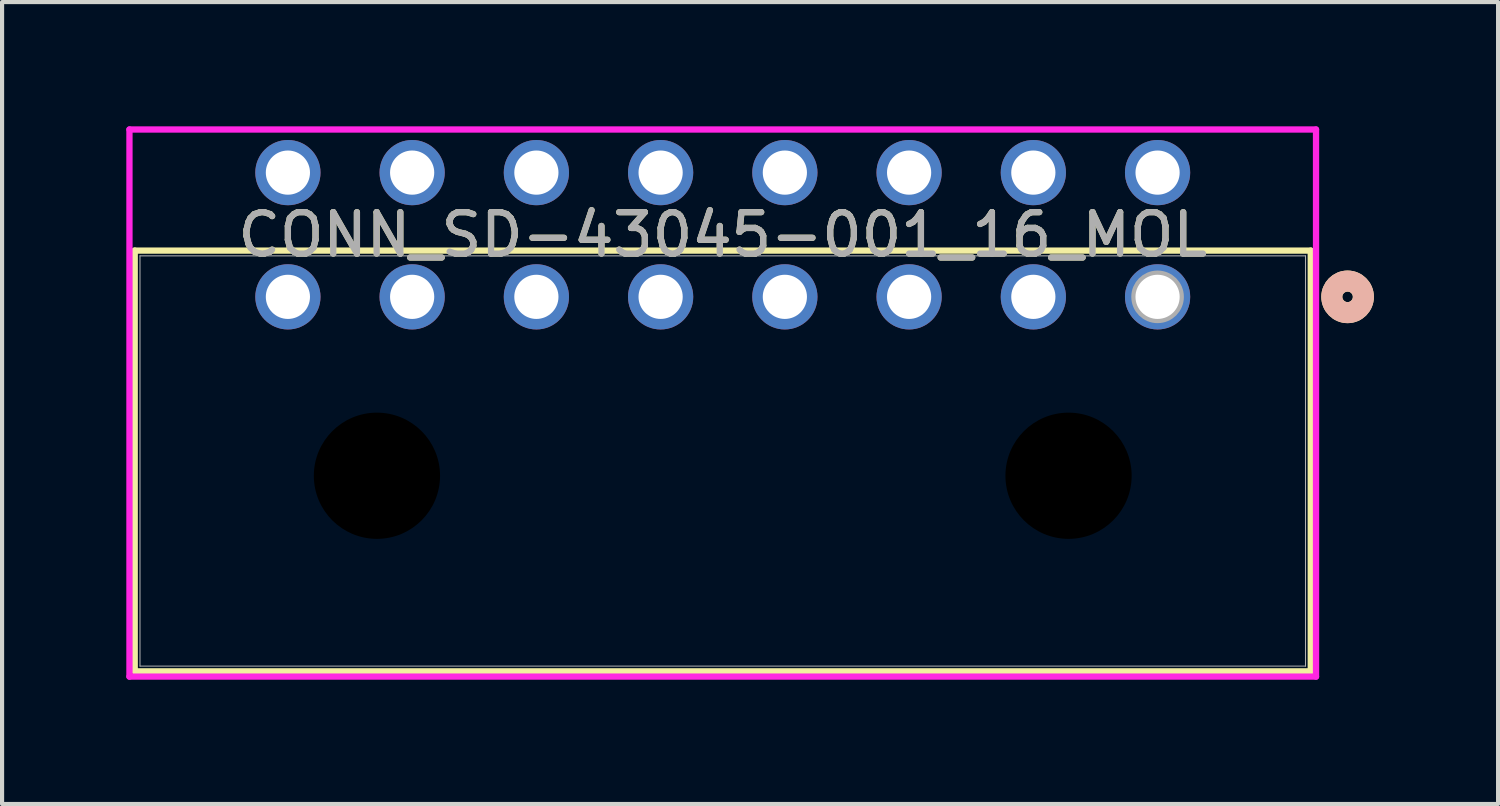
<source format=kicad_pcb>
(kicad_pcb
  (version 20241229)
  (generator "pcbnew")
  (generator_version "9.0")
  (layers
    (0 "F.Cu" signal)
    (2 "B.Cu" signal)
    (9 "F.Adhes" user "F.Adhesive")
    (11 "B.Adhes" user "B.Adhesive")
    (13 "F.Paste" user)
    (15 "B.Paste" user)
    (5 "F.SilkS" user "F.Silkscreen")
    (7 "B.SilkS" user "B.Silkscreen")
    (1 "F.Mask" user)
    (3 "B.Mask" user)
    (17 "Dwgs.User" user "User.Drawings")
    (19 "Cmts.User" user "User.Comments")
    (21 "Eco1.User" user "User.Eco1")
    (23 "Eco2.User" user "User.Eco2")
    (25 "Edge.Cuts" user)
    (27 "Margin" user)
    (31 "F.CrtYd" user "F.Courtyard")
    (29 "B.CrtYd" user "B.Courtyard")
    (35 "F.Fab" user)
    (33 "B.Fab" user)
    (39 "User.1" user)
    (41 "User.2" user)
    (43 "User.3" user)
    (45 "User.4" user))
  (footprint "CONN_SD-43045-001_16_MOL"
    (layer "F.Cu")
    (at 24.902 4.118)
    (property "Reference" "CONN_SD-43045-001_16_MOL" (at -10.5 -1.5 0) (unlocked yes) (layer "F.SilkS") (effects (font (size 1 1) (thickness 0.15))))
    (attr through_hole)
    (fp_line (start -24.699 -1.117) (end -24.699 9.043) (stroke (width 0.152) (type solid)) (layer "F.SilkS"))
    (fp_line (start -24.699 9.043) (end 3.699 9.043) (stroke (width 0.152) (type solid)) (layer "F.SilkS"))
    (fp_line (start 3.699 -1.117) (end -24.699 -1.117) (stroke (width 0.152) (type solid)) (layer "F.SilkS"))
    (fp_line (start 3.699 9.043) (end 3.699 -1.117) (stroke (width 0.152) (type solid)) (layer "F.SilkS"))
    (fp_circle (center 4.588 0) (end 4.969 0) (stroke (width 0.508) (type solid)) (fill no) (layer "F.SilkS"))
    (fp_circle (center 4.588 0) (end 4.969 0) (stroke (width 0.508) (type solid)) (fill no) (layer "B.SilkS"))
    (fp_line (start -24.826 -4.041) (end -24.826 9.17) (stroke (width 0.152) (type solid)) (layer "F.CrtYd"))
    (fp_line (start -24.826 9.17) (end 3.826 9.17) (stroke (width 0.152) (type solid)) (layer "F.CrtYd"))
    (fp_line (start 3.826 -4.041) (end -24.826 -4.041) (stroke (width 0.152) (type solid)) (layer "F.CrtYd"))
    (fp_line (start 3.826 9.17) (end 3.826 -4.041) (stroke (width 0.152) (type solid)) (layer "F.CrtYd"))
    (fp_line (start -24.572 -0.99) (end -24.572 8.916) (stroke (width 0.025) (type solid)) (layer "F.Fab"))
    (fp_line (start -24.572 8.916) (end 3.572 8.916) (stroke (width 0.025) (type solid)) (layer "F.Fab"))
    (fp_line (start 3.572 -0.99) (end -24.572 -0.99) (stroke (width 0.025) (type solid)) (layer "F.Fab"))
    (fp_line (start 3.572 8.916) (end 3.572 -0.99) (stroke (width 0.025) (type solid)) (layer "F.Fab"))
    (fp_circle (center 0 0) (end 0.381 0) (stroke (width 0.508) (type solid)) (fill no) (layer "F.Fab"))
    (fp_text user "${REFERENCE}" (at -10.5 -1.5 0) (unlocked yes) (layer "F.Fab") (effects (font (size 1 1) (thickness 0.15))))
    (pad "" np_thru_hole circle (at -18.85 4.32) (size 3.048 3.048) (drill 3.048) (layers))
    (pad "" np_thru_hole circle (at -2.15 4.32) (size 3.048 3.048) (drill 3.048) (layers))
    (pad "1" thru_hole circle (at 0 0) (size 1.575 1.575) (drill 1.067) (layers "*.Cu" "*.Mask"))
    (pad "2" thru_hole circle (at -3 0) (size 1.575 1.575) (drill 1.067) (layers "*.Cu" "*.Mask"))
    (pad "3" thru_hole circle (at -6 0) (size 1.575 1.575) (drill 1.067) (layers "*.Cu" "*.Mask"))
    (pad "4" thru_hole circle (at -9 0) (size 1.575 1.575) (drill 1.067) (layers "*.Cu" "*.Mask"))
    (pad "5" thru_hole circle (at -12 0) (size 1.575 1.575) (drill 1.067) (layers "*.Cu" "*.Mask"))
    (pad "6" thru_hole circle (at -15 0) (size 1.575 1.575) (drill 1.067) (layers "*.Cu" "*.Mask"))
    (pad "7" thru_hole circle (at -18 0) (size 1.575 1.575) (drill 1.067) (layers "*.Cu" "*.Mask"))
    (pad "8" thru_hole circle (at -21 0) (size 1.575 1.575) (drill 1.067) (layers "*.Cu" "*.Mask"))
    (pad "9" thru_hole circle (at 0 -3) (size 1.575 1.575) (drill 1.067) (layers "*.Cu" "*.Mask"))
    (pad "10" thru_hole circle (at -3 -3) (size 1.575 1.575) (drill 1.067) (layers "*.Cu" "*.Mask"))
    (pad "11" thru_hole circle (at -6 -3) (size 1.575 1.575) (drill 1.067) (layers "*.Cu" "*.Mask"))
    (pad "12" thru_hole circle (at -9 -3) (size 1.575 1.575) (drill 1.067) (layers "*.Cu" "*.Mask"))
    (pad "13" thru_hole circle (at -12 -3) (size 1.575 1.575) (drill 1.067) (layers "*.Cu" "*.Mask"))
    (pad "14" thru_hole circle (at -15 -3) (size 1.575 1.575) (drill 1.067) (layers "*.Cu" "*.Mask"))
    (pad "15" thru_hole circle (at -18 -3) (size 1.575 1.575) (drill 1.067) (layers "*.Cu" "*.Mask"))
    (pad "16" thru_hole circle (at -21 -3) (size 1.575 1.575) (drill 1.067) (layers "*.Cu" "*.Mask")))
  (gr_rect
    (start -3 -3)
    (end 33.124 16.364)
    (stroke (width 0.1) (type default))
    (fill no)
    (layer "Edge.Cuts")))
</source>
